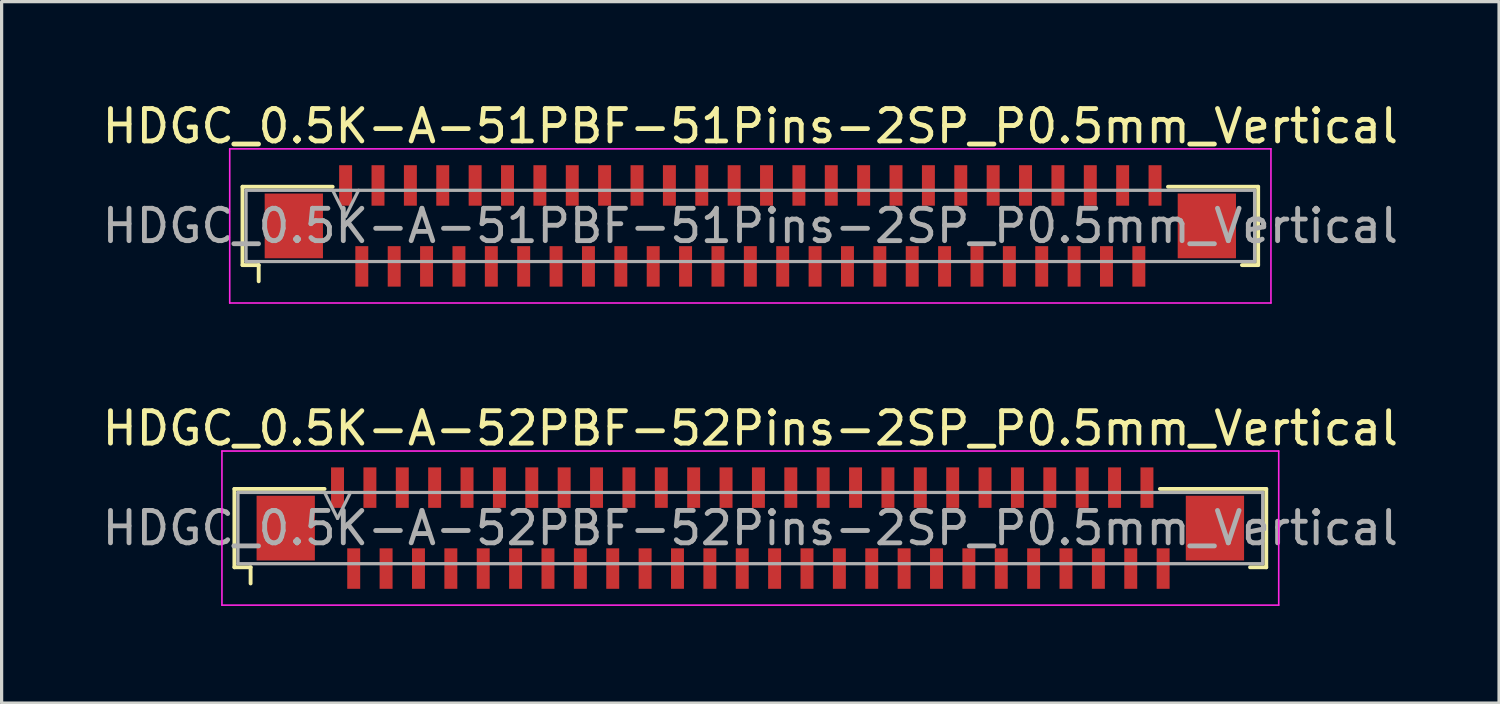
<source format=kicad_pcb>
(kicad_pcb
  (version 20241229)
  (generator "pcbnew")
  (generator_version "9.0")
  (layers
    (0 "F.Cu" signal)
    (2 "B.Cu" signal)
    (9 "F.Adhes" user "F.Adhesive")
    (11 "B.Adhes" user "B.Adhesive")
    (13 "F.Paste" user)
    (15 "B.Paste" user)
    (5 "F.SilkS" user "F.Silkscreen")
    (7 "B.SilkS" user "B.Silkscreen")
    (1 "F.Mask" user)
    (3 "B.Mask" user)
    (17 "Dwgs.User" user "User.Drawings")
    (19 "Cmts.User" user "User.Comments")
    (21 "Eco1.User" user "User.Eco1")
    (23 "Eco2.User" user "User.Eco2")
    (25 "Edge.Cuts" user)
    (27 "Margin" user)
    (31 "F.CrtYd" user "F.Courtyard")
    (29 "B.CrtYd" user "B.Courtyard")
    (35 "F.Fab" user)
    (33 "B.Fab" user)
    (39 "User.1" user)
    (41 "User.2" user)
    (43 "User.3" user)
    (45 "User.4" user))
  (footprint "HDGC_0.5K-A-51PBF-51Pins-2SP_P0.5mm_Vertical"
    (layer "F.Cu")
    (at 20.125 3.928)
    (property "Reference" "HDGC_0.5K-A-51PBF-51Pins-2SP_P0.5mm_Vertical" (at 0 -3.08 0) (layer "F.SilkS") (effects (font (size 1 1) (thickness 0.15))))
    (attr smd)
    (fp_line (start -15.685 -1.21) (end -12.9 -1.21) (stroke (width 0.12) (type solid)) (layer "F.SilkS"))
    (fp_line (start -15.685 1.21) (end -15.685 -1.21) (stroke (width 0.12) (type solid)) (layer "F.SilkS"))
    (fp_line (start -15.185 1.21) (end -15.685 1.21) (stroke (width 0.12) (type solid)) (layer "F.SilkS"))
    (fp_line (start -15.185 1.71) (end -15.185 1.21) (stroke (width 0.12) (type solid)) (layer "F.SilkS"))
    (fp_line (start 15.185 1.21) (end 15.685 1.21) (stroke (width 0.12) (type solid)) (layer "F.SilkS"))
    (fp_line (start 15.685 -1.21) (end 12.9 -1.21) (stroke (width 0.12) (type solid)) (layer "F.SilkS"))
    (fp_line (start 15.685 1.21) (end 15.685 -1.21) (stroke (width 0.12) (type solid)) (layer "F.SilkS"))
    (fp_line (start -16.08 -2.38) (end 16.08 -2.38) (stroke (width 0.05) (type solid)) (layer "F.CrtYd"))
    (fp_line (start -16.08 2.38) (end -16.08 -2.38) (stroke (width 0.05) (type solid)) (layer "F.CrtYd"))
    (fp_line (start 16.08 -2.38) (end 16.08 2.38) (stroke (width 0.05) (type solid)) (layer "F.CrtYd"))
    (fp_line (start 16.08 2.38) (end -16.08 2.38) (stroke (width 0.05) (type solid)) (layer "F.CrtYd"))
    (fp_line (start -15.575 -1.1) (end -15.575 1.1) (stroke (width 0.1) (type solid)) (layer "F.Fab"))
    (fp_line (start -15.575 1.1) (end 15.575 1.1) (stroke (width 0.1) (type solid)) (layer "F.Fab"))
    (fp_line (start -12.9 -1.1) (end -12.5 -0.3) (stroke (width 0.1) (type solid)) (layer "F.Fab"))
    (fp_line (start -12.5 -0.3) (end -12.1 -1.1) (stroke (width 0.1) (type solid)) (layer "F.Fab"))
    (fp_line (start 15.575 -1.1) (end -15.575 -1.1) (stroke (width 0.1) (type solid)) (layer "F.Fab"))
    (fp_line (start 15.575 1.1) (end 15.575 -1.1) (stroke (width 0.1) (type solid)) (layer "F.Fab"))
    (fp_text user "${REFERENCE}" (at 0 0 0) (layer "F.Fab") (effects (font (size 1 1) (thickness 0.15))))
    (pad "1" smd rect (at -12.5 -1.25) (size 0.4 1.25) (layers "F.Cu" "F.Mask" "F.Paste"))
    (pad "2" smd rect (at -12 1.25) (size 0.4 1.25) (layers "F.Cu" "F.Mask" "F.Paste"))
    (pad "3" smd rect (at -11.5 -1.25) (size 0.4 1.25) (layers "F.Cu" "F.Mask" "F.Paste"))
    (pad "4" smd rect (at -11 1.25) (size 0.4 1.25) (layers "F.Cu" "F.Mask" "F.Paste"))
    (pad "5" smd rect (at -10.5 -1.25) (size 0.4 1.25) (layers "F.Cu" "F.Mask" "F.Paste"))
    (pad "6" smd rect (at -10 1.25) (size 0.4 1.25) (layers "F.Cu" "F.Mask" "F.Paste"))
    (pad "7" smd rect (at -9.5 -1.25) (size 0.4 1.25) (layers "F.Cu" "F.Mask" "F.Paste"))
    (pad "8" smd rect (at -9 1.25) (size 0.4 1.25) (layers "F.Cu" "F.Mask" "F.Paste"))
    (pad "9" smd rect (at -8.5 -1.25) (size 0.4 1.25) (layers "F.Cu" "F.Mask" "F.Paste"))
    (pad "10" smd rect (at -8 1.25) (size 0.4 1.25) (layers "F.Cu" "F.Mask" "F.Paste"))
    (pad "11" smd rect (at -7.5 -1.25) (size 0.4 1.25) (layers "F.Cu" "F.Mask" "F.Paste"))
    (pad "12" smd rect (at -7 1.25) (size 0.4 1.25) (layers "F.Cu" "F.Mask" "F.Paste"))
    (pad "13" smd rect (at -6.5 -1.25) (size 0.4 1.25) (layers "F.Cu" "F.Mask" "F.Paste"))
    (pad "14" smd rect (at -6 1.25) (size 0.4 1.25) (layers "F.Cu" "F.Mask" "F.Paste"))
    (pad "15" smd rect (at -5.5 -1.25) (size 0.4 1.25) (layers "F.Cu" "F.Mask" "F.Paste"))
    (pad "16" smd rect (at -5 1.25) (size 0.4 1.25) (layers "F.Cu" "F.Mask" "F.Paste"))
    (pad "17" smd rect (at -4.5 -1.25) (size 0.4 1.25) (layers "F.Cu" "F.Mask" "F.Paste"))
    (pad "18" smd rect (at -4 1.25) (size 0.4 1.25) (layers "F.Cu" "F.Mask" "F.Paste"))
    (pad "19" smd rect (at -3.5 -1.25) (size 0.4 1.25) (layers "F.Cu" "F.Mask" "F.Paste"))
    (pad "20" smd rect (at -3 1.25) (size 0.4 1.25) (layers "F.Cu" "F.Mask" "F.Paste"))
    (pad "21" smd rect (at -2.5 -1.25) (size 0.4 1.25) (layers "F.Cu" "F.Mask" "F.Paste"))
    (pad "22" smd rect (at -2 1.25) (size 0.4 1.25) (layers "F.Cu" "F.Mask" "F.Paste"))
    (pad "23" smd rect (at -1.5 -1.25) (size 0.4 1.25) (layers "F.Cu" "F.Mask" "F.Paste"))
    (pad "24" smd rect (at -1 1.25) (size 0.4 1.25) (layers "F.Cu" "F.Mask" "F.Paste"))
    (pad "25" smd rect (at -0.5 -1.25) (size 0.4 1.25) (layers "F.Cu" "F.Mask" "F.Paste"))
    (pad "26" smd rect (at 0 1.25) (size 0.4 1.25) (layers "F.Cu" "F.Mask" "F.Paste"))
    (pad "27" smd rect (at 0.5 -1.25) (size 0.4 1.25) (layers "F.Cu" "F.Mask" "F.Paste"))
    (pad "28" smd rect (at 1 1.25) (size 0.4 1.25) (layers "F.Cu" "F.Mask" "F.Paste"))
    (pad "29" smd rect (at 1.5 -1.25) (size 0.4 1.25) (layers "F.Cu" "F.Mask" "F.Paste"))
    (pad "30" smd rect (at 2 1.25) (size 0.4 1.25) (layers "F.Cu" "F.Mask" "F.Paste"))
    (pad "31" smd rect (at 2.5 -1.25) (size 0.4 1.25) (layers "F.Cu" "F.Mask" "F.Paste"))
    (pad "32" smd rect (at 3 1.25) (size 0.4 1.25) (layers "F.Cu" "F.Mask" "F.Paste"))
    (pad "33" smd rect (at 3.5 -1.25) (size 0.4 1.25) (layers "F.Cu" "F.Mask" "F.Paste"))
    (pad "34" smd rect (at 4 1.25) (size 0.4 1.25) (layers "F.Cu" "F.Mask" "F.Paste"))
    (pad "35" smd rect (at 4.5 -1.25) (size 0.4 1.25) (layers "F.Cu" "F.Mask" "F.Paste"))
    (pad "36" smd rect (at 5 1.25) (size 0.4 1.25) (layers "F.Cu" "F.Mask" "F.Paste"))
    (pad "37" smd rect (at 5.5 -1.25) (size 0.4 1.25) (layers "F.Cu" "F.Mask" "F.Paste"))
    (pad "38" smd rect (at 6 1.25) (size 0.4 1.25) (layers "F.Cu" "F.Mask" "F.Paste"))
    (pad "39" smd rect (at 6.5 -1.25) (size 0.4 1.25) (layers "F.Cu" "F.Mask" "F.Paste"))
    (pad "40" smd rect (at 7 1.25) (size 0.4 1.25) (layers "F.Cu" "F.Mask" "F.Paste"))
    (pad "41" smd rect (at 7.5 -1.25) (size 0.4 1.25) (layers "F.Cu" "F.Mask" "F.Paste"))
    (pad "42" smd rect (at 8 1.25) (size 0.4 1.25) (layers "F.Cu" "F.Mask" "F.Paste"))
    (pad "43" smd rect (at 8.5 -1.25) (size 0.4 1.25) (layers "F.Cu" "F.Mask" "F.Paste"))
    (pad "44" smd rect (at 9 1.25) (size 0.4 1.25) (layers "F.Cu" "F.Mask" "F.Paste"))
    (pad "45" smd rect (at 9.5 -1.25) (size 0.4 1.25) (layers "F.Cu" "F.Mask" "F.Paste"))
    (pad "46" smd rect (at 10 1.25) (size 0.4 1.25) (layers "F.Cu" "F.Mask" "F.Paste"))
    (pad "47" smd rect (at 10.5 -1.25) (size 0.4 1.25) (layers "F.Cu" "F.Mask" "F.Paste"))
    (pad "48" smd rect (at 11 1.25) (size 0.4 1.25) (layers "F.Cu" "F.Mask" "F.Paste"))
    (pad "49" smd rect (at 11.5 -1.25) (size 0.4 1.25) (layers "F.Cu" "F.Mask" "F.Paste"))
    (pad "50" smd rect (at 12 1.25) (size 0.4 1.25) (layers "F.Cu" "F.Mask" "F.Paste"))
    (pad "51" smd rect (at 12.5 -1.25) (size 0.4 1.25) (layers "F.Cu" "F.Mask" "F.Paste"))
    (pad "MP" smd rect (at -14.1 0) (size 1.8 2) (layers "F.Cu" "F.Mask" "F.Paste"))
    (pad "MP" smd rect (at 14.1 0) (size 1.8 2) (layers "F.Cu" "F.Mask" "F.Paste")))
  (footprint "HDGC_0.5K-A-52PBF-52Pins-2SP_P0.5mm_Vertical"
    (layer "F.Cu")
    (at 20.125 13.261)
    (property "Reference" "HDGC_0.5K-A-52PBF-52Pins-2SP_P0.5mm_Vertical" (at 0 -3.08 0) (layer "F.SilkS") (effects (font (size 1 1) (thickness 0.15))))
    (attr smd)
    (fp_line (start -15.935 -1.21) (end -13.15 -1.21) (stroke (width 0.12) (type solid)) (layer "F.SilkS"))
    (fp_line (start -15.935 1.21) (end -15.935 -1.21) (stroke (width 0.12) (type solid)) (layer "F.SilkS"))
    (fp_line (start -15.435 1.21) (end -15.935 1.21) (stroke (width 0.12) (type solid)) (layer "F.SilkS"))
    (fp_line (start -15.435 1.71) (end -15.435 1.21) (stroke (width 0.12) (type solid)) (layer "F.SilkS"))
    (fp_line (start 15.435 1.21) (end 15.935 1.21) (stroke (width 0.12) (type solid)) (layer "F.SilkS"))
    (fp_line (start 15.935 -1.21) (end 12.65 -1.21) (stroke (width 0.12) (type solid)) (layer "F.SilkS"))
    (fp_line (start 15.935 1.21) (end 15.935 -1.21) (stroke (width 0.12) (type solid)) (layer "F.SilkS"))
    (fp_line (start -16.32 -2.38) (end 16.32 -2.38) (stroke (width 0.05) (type solid)) (layer "F.CrtYd"))
    (fp_line (start -16.32 2.38) (end -16.32 -2.38) (stroke (width 0.05) (type solid)) (layer "F.CrtYd"))
    (fp_line (start 16.32 -2.38) (end 16.32 2.38) (stroke (width 0.05) (type solid)) (layer "F.CrtYd"))
    (fp_line (start 16.32 2.38) (end -16.32 2.38) (stroke (width 0.05) (type solid)) (layer "F.CrtYd"))
    (fp_line (start -15.825 -1.1) (end -15.825 1.1) (stroke (width 0.1) (type solid)) (layer "F.Fab"))
    (fp_line (start -15.825 1.1) (end 15.825 1.1) (stroke (width 0.1) (type solid)) (layer "F.Fab"))
    (fp_line (start -13.15 -1.1) (end -12.75 -0.3) (stroke (width 0.1) (type solid)) (layer "F.Fab"))
    (fp_line (start -12.75 -0.3) (end -12.35 -1.1) (stroke (width 0.1) (type solid)) (layer "F.Fab"))
    (fp_line (start 15.825 -1.1) (end -15.825 -1.1) (stroke (width 0.1) (type solid)) (layer "F.Fab"))
    (fp_line (start 15.825 1.1) (end 15.825 -1.1) (stroke (width 0.1) (type solid)) (layer "F.Fab"))
    (fp_text user "${REFERENCE}" (at 0 0 0) (layer "F.Fab") (effects (font (size 1 1) (thickness 0.15))))
    (pad "1" smd rect (at -12.75 -1.25) (size 0.4 1.25) (layers "F.Cu" "F.Mask" "F.Paste"))
    (pad "2" smd rect (at -12.25 1.25) (size 0.4 1.25) (layers "F.Cu" "F.Mask" "F.Paste"))
    (pad "3" smd rect (at -11.75 -1.25) (size 0.4 1.25) (layers "F.Cu" "F.Mask" "F.Paste"))
    (pad "4" smd rect (at -11.25 1.25) (size 0.4 1.25) (layers "F.Cu" "F.Mask" "F.Paste"))
    (pad "5" smd rect (at -10.75 -1.25) (size 0.4 1.25) (layers "F.Cu" "F.Mask" "F.Paste"))
    (pad "6" smd rect (at -10.25 1.25) (size 0.4 1.25) (layers "F.Cu" "F.Mask" "F.Paste"))
    (pad "7" smd rect (at -9.75 -1.25) (size 0.4 1.25) (layers "F.Cu" "F.Mask" "F.Paste"))
    (pad "8" smd rect (at -9.25 1.25) (size 0.4 1.25) (layers "F.Cu" "F.Mask" "F.Paste"))
    (pad "9" smd rect (at -8.75 -1.25) (size 0.4 1.25) (layers "F.Cu" "F.Mask" "F.Paste"))
    (pad "10" smd rect (at -8.25 1.25) (size 0.4 1.25) (layers "F.Cu" "F.Mask" "F.Paste"))
    (pad "11" smd rect (at -7.75 -1.25) (size 0.4 1.25) (layers "F.Cu" "F.Mask" "F.Paste"))
    (pad "12" smd rect (at -7.25 1.25) (size 0.4 1.25) (layers "F.Cu" "F.Mask" "F.Paste"))
    (pad "13" smd rect (at -6.75 -1.25) (size 0.4 1.25) (layers "F.Cu" "F.Mask" "F.Paste"))
    (pad "14" smd rect (at -6.25 1.25) (size 0.4 1.25) (layers "F.Cu" "F.Mask" "F.Paste"))
    (pad "15" smd rect (at -5.75 -1.25) (size 0.4 1.25) (layers "F.Cu" "F.Mask" "F.Paste"))
    (pad "16" smd rect (at -5.25 1.25) (size 0.4 1.25) (layers "F.Cu" "F.Mask" "F.Paste"))
    (pad "17" smd rect (at -4.75 -1.25) (size 0.4 1.25) (layers "F.Cu" "F.Mask" "F.Paste"))
    (pad "18" smd rect (at -4.25 1.25) (size 0.4 1.25) (layers "F.Cu" "F.Mask" "F.Paste"))
    (pad "19" smd rect (at -3.75 -1.25) (size 0.4 1.25) (layers "F.Cu" "F.Mask" "F.Paste"))
    (pad "20" smd rect (at -3.25 1.25) (size 0.4 1.25) (layers "F.Cu" "F.Mask" "F.Paste"))
    (pad "21" smd rect (at -2.75 -1.25) (size 0.4 1.25) (layers "F.Cu" "F.Mask" "F.Paste"))
    (pad "22" smd rect (at -2.25 1.25) (size 0.4 1.25) (layers "F.Cu" "F.Mask" "F.Paste"))
    (pad "23" smd rect (at -1.75 -1.25) (size 0.4 1.25) (layers "F.Cu" "F.Mask" "F.Paste"))
    (pad "24" smd rect (at -1.25 1.25) (size 0.4 1.25) (layers "F.Cu" "F.Mask" "F.Paste"))
    (pad "25" smd rect (at -0.75 -1.25) (size 0.4 1.25) (layers "F.Cu" "F.Mask" "F.Paste"))
    (pad "26" smd rect (at -0.25 1.25) (size 0.4 1.25) (layers "F.Cu" "F.Mask" "F.Paste"))
    (pad "27" smd rect (at 0.25 -1.25) (size 0.4 1.25) (layers "F.Cu" "F.Mask" "F.Paste"))
    (pad "28" smd rect (at 0.75 1.25) (size 0.4 1.25) (layers "F.Cu" "F.Mask" "F.Paste"))
    (pad "29" smd rect (at 1.25 -1.25) (size 0.4 1.25) (layers "F.Cu" "F.Mask" "F.Paste"))
    (pad "30" smd rect (at 1.75 1.25) (size 0.4 1.25) (layers "F.Cu" "F.Mask" "F.Paste"))
    (pad "31" smd rect (at 2.25 -1.25) (size 0.4 1.25) (layers "F.Cu" "F.Mask" "F.Paste"))
    (pad "32" smd rect (at 2.75 1.25) (size 0.4 1.25) (layers "F.Cu" "F.Mask" "F.Paste"))
    (pad "33" smd rect (at 3.25 -1.25) (size 0.4 1.25) (layers "F.Cu" "F.Mask" "F.Paste"))
    (pad "34" smd rect (at 3.75 1.25) (size 0.4 1.25) (layers "F.Cu" "F.Mask" "F.Paste"))
    (pad "35" smd rect (at 4.25 -1.25) (size 0.4 1.25) (layers "F.Cu" "F.Mask" "F.Paste"))
    (pad "36" smd rect (at 4.75 1.25) (size 0.4 1.25) (layers "F.Cu" "F.Mask" "F.Paste"))
    (pad "37" smd rect (at 5.25 -1.25) (size 0.4 1.25) (layers "F.Cu" "F.Mask" "F.Paste"))
    (pad "38" smd rect (at 5.75 1.25) (size 0.4 1.25) (layers "F.Cu" "F.Mask" "F.Paste"))
    (pad "39" smd rect (at 6.25 -1.25) (size 0.4 1.25) (layers "F.Cu" "F.Mask" "F.Paste"))
    (pad "40" smd rect (at 6.75 1.25) (size 0.4 1.25) (layers "F.Cu" "F.Mask" "F.Paste"))
    (pad "41" smd rect (at 7.25 -1.25) (size 0.4 1.25) (layers "F.Cu" "F.Mask" "F.Paste"))
    (pad "42" smd rect (at 7.75 1.25) (size 0.4 1.25) (layers "F.Cu" "F.Mask" "F.Paste"))
    (pad "43" smd rect (at 8.25 -1.25) (size 0.4 1.25) (layers "F.Cu" "F.Mask" "F.Paste"))
    (pad "44" smd rect (at 8.75 1.25) (size 0.4 1.25) (layers "F.Cu" "F.Mask" "F.Paste"))
    (pad "45" smd rect (at 9.25 -1.25) (size 0.4 1.25) (layers "F.Cu" "F.Mask" "F.Paste"))
    (pad "46" smd rect (at 9.75 1.25) (size 0.4 1.25) (layers "F.Cu" "F.Mask" "F.Paste"))
    (pad "47" smd rect (at 10.25 -1.25) (size 0.4 1.25) (layers "F.Cu" "F.Mask" "F.Paste"))
    (pad "48" smd rect (at 10.75 1.25) (size 0.4 1.25) (layers "F.Cu" "F.Mask" "F.Paste"))
    (pad "49" smd rect (at 11.25 -1.25) (size 0.4 1.25) (layers "F.Cu" "F.Mask" "F.Paste"))
    (pad "50" smd rect (at 11.75 1.25) (size 0.4 1.25) (layers "F.Cu" "F.Mask" "F.Paste"))
    (pad "51" smd rect (at 12.25 -1.25) (size 0.4 1.25) (layers "F.Cu" "F.Mask" "F.Paste"))
    (pad "52" smd rect (at 12.75 1.25) (size 0.4 1.25) (layers "F.Cu" "F.Mask" "F.Paste"))
    (pad "MP" smd rect (at -14.35 0) (size 1.8 2) (layers "F.Cu" "F.Mask" "F.Paste"))
    (pad "MP" smd rect (at 14.35 0) (size 1.8 2) (layers "F.Cu" "F.Mask" "F.Paste")))
  (gr_rect
    (start -3 -3)
    (end 43.25 18.666)
    (stroke (width 0.1) (type default))
    (fill no)
    (layer "Edge.Cuts")))
</source>
